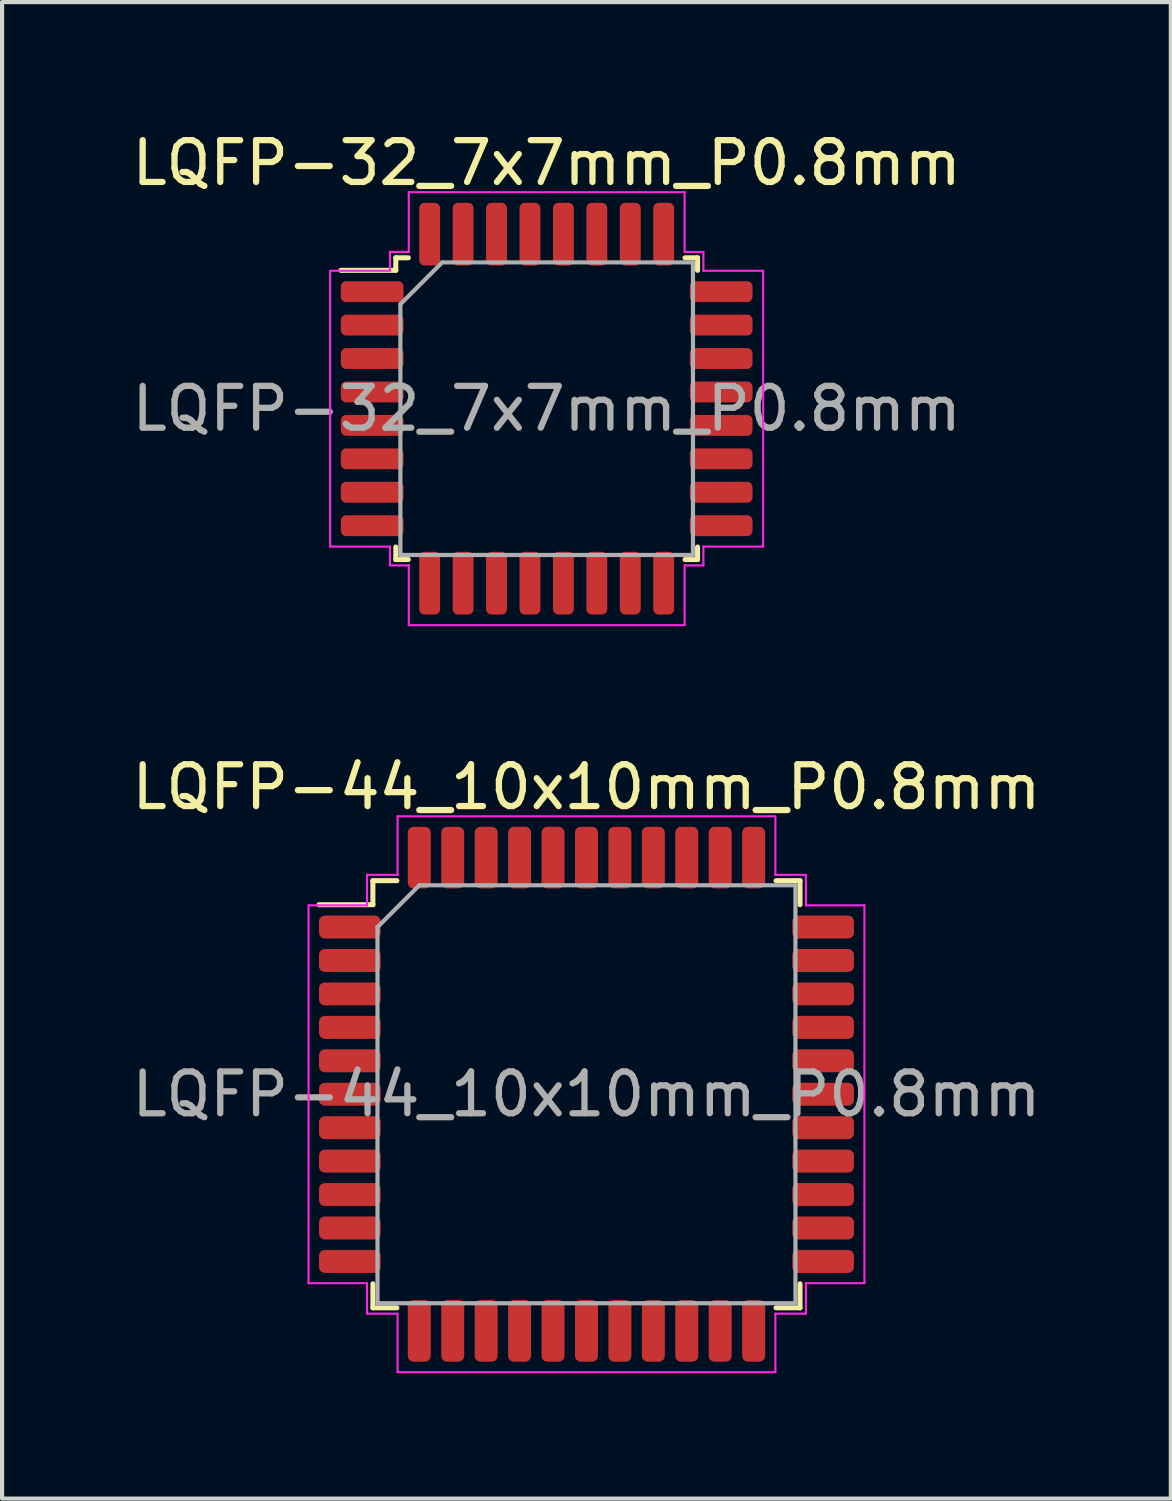
<source format=kicad_pcb>
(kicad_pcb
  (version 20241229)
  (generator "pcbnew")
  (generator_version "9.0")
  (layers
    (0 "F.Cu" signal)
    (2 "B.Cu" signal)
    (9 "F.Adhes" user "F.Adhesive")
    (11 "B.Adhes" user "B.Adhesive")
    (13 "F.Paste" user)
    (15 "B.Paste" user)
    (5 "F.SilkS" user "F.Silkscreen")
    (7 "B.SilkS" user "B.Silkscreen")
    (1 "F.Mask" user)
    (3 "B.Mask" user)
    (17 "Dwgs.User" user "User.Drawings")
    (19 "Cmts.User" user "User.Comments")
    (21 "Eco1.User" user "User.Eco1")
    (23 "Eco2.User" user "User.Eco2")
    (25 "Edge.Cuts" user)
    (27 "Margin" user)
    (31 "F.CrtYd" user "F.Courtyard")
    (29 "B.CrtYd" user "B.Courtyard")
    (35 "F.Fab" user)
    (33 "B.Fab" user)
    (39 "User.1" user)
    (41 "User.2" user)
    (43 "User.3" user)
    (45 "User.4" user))
  (footprint "LQFP-32_7x7mm_P0.8mm"
    (layer "F.Cu")
    (at 10.03 6.728)
    (property "Reference" "LQFP-32_7x7mm_P0.8mm" (at 0 -5.88 0) (layer "F.SilkS") (effects (font (size 1 1) (thickness 0.15))))
    (attr smd)
    (fp_line (start -3.61 -3.61) (end -3.61 -3.31) (stroke (width 0.12) (type solid)) (layer "F.SilkS"))
    (fp_line (start -3.61 -3.31) (end -4.925 -3.31) (stroke (width 0.12) (type solid)) (layer "F.SilkS"))
    (fp_line (start -3.61 3.61) (end -3.61 3.31) (stroke (width 0.12) (type solid)) (layer "F.SilkS"))
    (fp_line (start -3.31 -3.61) (end -3.61 -3.61) (stroke (width 0.12) (type solid)) (layer "F.SilkS"))
    (fp_line (start -3.31 3.61) (end -3.61 3.61) (stroke (width 0.12) (type solid)) (layer "F.SilkS"))
    (fp_line (start 3.31 -3.61) (end 3.61 -3.61) (stroke (width 0.12) (type solid)) (layer "F.SilkS"))
    (fp_line (start 3.31 3.61) (end 3.61 3.61) (stroke (width 0.12) (type solid)) (layer "F.SilkS"))
    (fp_line (start 3.61 -3.61) (end 3.61 -3.31) (stroke (width 0.12) (type solid)) (layer "F.SilkS"))
    (fp_line (start 3.61 3.61) (end 3.61 3.31) (stroke (width 0.12) (type solid)) (layer "F.SilkS"))
    (fp_line (start -5.18 -3.3) (end -5.18 0) (stroke (width 0.05) (type solid)) (layer "F.CrtYd"))
    (fp_line (start -5.18 3.3) (end -5.18 0) (stroke (width 0.05) (type solid)) (layer "F.CrtYd"))
    (fp_line (start -3.75 -3.75) (end -3.75 -3.3) (stroke (width 0.05) (type solid)) (layer "F.CrtYd"))
    (fp_line (start -3.75 -3.3) (end -5.18 -3.3) (stroke (width 0.05) (type solid)) (layer "F.CrtYd"))
    (fp_line (start -3.75 3.3) (end -5.18 3.3) (stroke (width 0.05) (type solid)) (layer "F.CrtYd"))
    (fp_line (start -3.75 3.75) (end -3.75 3.3) (stroke (width 0.05) (type solid)) (layer "F.CrtYd"))
    (fp_line (start -3.3 -5.18) (end -3.3 -3.75) (stroke (width 0.05) (type solid)) (layer "F.CrtYd"))
    (fp_line (start -3.3 -3.75) (end -3.75 -3.75) (stroke (width 0.05) (type solid)) (layer "F.CrtYd"))
    (fp_line (start -3.3 3.75) (end -3.75 3.75) (stroke (width 0.05) (type solid)) (layer "F.CrtYd"))
    (fp_line (start -3.3 5.18) (end -3.3 3.75) (stroke (width 0.05) (type solid)) (layer "F.CrtYd"))
    (fp_line (start 0 -5.18) (end -3.3 -5.18) (stroke (width 0.05) (type solid)) (layer "F.CrtYd"))
    (fp_line (start 0 -5.18) (end 3.3 -5.18) (stroke (width 0.05) (type solid)) (layer "F.CrtYd"))
    (fp_line (start 0 5.18) (end -3.3 5.18) (stroke (width 0.05) (type solid)) (layer "F.CrtYd"))
    (fp_line (start 0 5.18) (end 3.3 5.18) (stroke (width 0.05) (type solid)) (layer "F.CrtYd"))
    (fp_line (start 3.3 -5.18) (end 3.3 -3.75) (stroke (width 0.05) (type solid)) (layer "F.CrtYd"))
    (fp_line (start 3.3 -3.75) (end 3.75 -3.75) (stroke (width 0.05) (type solid)) (layer "F.CrtYd"))
    (fp_line (start 3.3 3.75) (end 3.75 3.75) (stroke (width 0.05) (type solid)) (layer "F.CrtYd"))
    (fp_line (start 3.3 5.18) (end 3.3 3.75) (stroke (width 0.05) (type solid)) (layer "F.CrtYd"))
    (fp_line (start 3.75 -3.75) (end 3.75 -3.3) (stroke (width 0.05) (type solid)) (layer "F.CrtYd"))
    (fp_line (start 3.75 -3.3) (end 5.18 -3.3) (stroke (width 0.05) (type solid)) (layer "F.CrtYd"))
    (fp_line (start 3.75 3.3) (end 5.18 3.3) (stroke (width 0.05) (type solid)) (layer "F.CrtYd"))
    (fp_line (start 3.75 3.75) (end 3.75 3.3) (stroke (width 0.05) (type solid)) (layer "F.CrtYd"))
    (fp_line (start 5.18 -3.3) (end 5.18 0) (stroke (width 0.05) (type solid)) (layer "F.CrtYd"))
    (fp_line (start 5.18 3.3) (end 5.18 0) (stroke (width 0.05) (type solid)) (layer "F.CrtYd"))
    (fp_line (start -3.5 -2.5) (end -2.5 -3.5) (stroke (width 0.1) (type solid)) (layer "F.Fab"))
    (fp_line (start -3.5 3.5) (end -3.5 -2.5) (stroke (width 0.1) (type solid)) (layer "F.Fab"))
    (fp_line (start -2.5 -3.5) (end 3.5 -3.5) (stroke (width 0.1) (type solid)) (layer "F.Fab"))
    (fp_line (start 3.5 -3.5) (end 3.5 3.5) (stroke (width 0.1) (type solid)) (layer "F.Fab"))
    (fp_line (start 3.5 3.5) (end -3.5 3.5) (stroke (width 0.1) (type solid)) (layer "F.Fab"))
    (fp_text user "${REFERENCE}" (at 0 0 0) (layer "F.Fab") (effects (font (size 1 1) (thickness 0.15))))
    (pad "1" smd roundrect (at -4.175 -2.8) (size 1.5 0.5) (layers "F.Cu" "F.Mask" "F.Paste") (roundrect_rratio 0.25))
    (pad "2" smd roundrect (at -4.175 -2) (size 1.5 0.5) (layers "F.Cu" "F.Mask" "F.Paste") (roundrect_rratio 0.25))
    (pad "3" smd roundrect (at -4.175 -1.2) (size 1.5 0.5) (layers "F.Cu" "F.Mask" "F.Paste") (roundrect_rratio 0.25))
    (pad "4" smd roundrect (at -4.175 -0.4) (size 1.5 0.5) (layers "F.Cu" "F.Mask" "F.Paste") (roundrect_rratio 0.25))
    (pad "5" smd roundrect (at -4.175 0.4) (size 1.5 0.5) (layers "F.Cu" "F.Mask" "F.Paste") (roundrect_rratio 0.25))
    (pad "6" smd roundrect (at -4.175 1.2) (size 1.5 0.5) (layers "F.Cu" "F.Mask" "F.Paste") (roundrect_rratio 0.25))
    (pad "7" smd roundrect (at -4.175 2) (size 1.5 0.5) (layers "F.Cu" "F.Mask" "F.Paste") (roundrect_rratio 0.25))
    (pad "8" smd roundrect (at -4.175 2.8) (size 1.5 0.5) (layers "F.Cu" "F.Mask" "F.Paste") (roundrect_rratio 0.25))
    (pad "9" smd roundrect (at -2.8 4.175) (size 0.5 1.5) (layers "F.Cu" "F.Mask" "F.Paste") (roundrect_rratio 0.25))
    (pad "10" smd roundrect (at -2 4.175) (size 0.5 1.5) (layers "F.Cu" "F.Mask" "F.Paste") (roundrect_rratio 0.25))
    (pad "11" smd roundrect (at -1.2 4.175) (size 0.5 1.5) (layers "F.Cu" "F.Mask" "F.Paste") (roundrect_rratio 0.25))
    (pad "12" smd roundrect (at -0.4 4.175) (size 0.5 1.5) (layers "F.Cu" "F.Mask" "F.Paste") (roundrect_rratio 0.25))
    (pad "13" smd roundrect (at 0.4 4.175) (size 0.5 1.5) (layers "F.Cu" "F.Mask" "F.Paste") (roundrect_rratio 0.25))
    (pad "14" smd roundrect (at 1.2 4.175) (size 0.5 1.5) (layers "F.Cu" "F.Mask" "F.Paste") (roundrect_rratio 0.25))
    (pad "15" smd roundrect (at 2 4.175) (size 0.5 1.5) (layers "F.Cu" "F.Mask" "F.Paste") (roundrect_rratio 0.25))
    (pad "16" smd roundrect (at 2.8 4.175) (size 0.5 1.5) (layers "F.Cu" "F.Mask" "F.Paste") (roundrect_rratio 0.25))
    (pad "17" smd roundrect (at 4.175 2.8) (size 1.5 0.5) (layers "F.Cu" "F.Mask" "F.Paste") (roundrect_rratio 0.25))
    (pad "18" smd roundrect (at 4.175 2) (size 1.5 0.5) (layers "F.Cu" "F.Mask" "F.Paste") (roundrect_rratio 0.25))
    (pad "19" smd roundrect (at 4.175 1.2) (size 1.5 0.5) (layers "F.Cu" "F.Mask" "F.Paste") (roundrect_rratio 0.25))
    (pad "20" smd roundrect (at 4.175 0.4) (size 1.5 0.5) (layers "F.Cu" "F.Mask" "F.Paste") (roundrect_rratio 0.25))
    (pad "21" smd roundrect (at 4.175 -0.4) (size 1.5 0.5) (layers "F.Cu" "F.Mask" "F.Paste") (roundrect_rratio 0.25))
    (pad "22" smd roundrect (at 4.175 -1.2) (size 1.5 0.5) (layers "F.Cu" "F.Mask" "F.Paste") (roundrect_rratio 0.25))
    (pad "23" smd roundrect (at 4.175 -2) (size 1.5 0.5) (layers "F.Cu" "F.Mask" "F.Paste") (roundrect_rratio 0.25))
    (pad "24" smd roundrect (at 4.175 -2.8) (size 1.5 0.5) (layers "F.Cu" "F.Mask" "F.Paste") (roundrect_rratio 0.25))
    (pad "25" smd roundrect (at 2.8 -4.175) (size 0.5 1.5) (layers "F.Cu" "F.Mask" "F.Paste") (roundrect_rratio 0.25))
    (pad "26" smd roundrect (at 2 -4.175) (size 0.5 1.5) (layers "F.Cu" "F.Mask" "F.Paste") (roundrect_rratio 0.25))
    (pad "27" smd roundrect (at 1.2 -4.175) (size 0.5 1.5) (layers "F.Cu" "F.Mask" "F.Paste") (roundrect_rratio 0.25))
    (pad "28" smd roundrect (at 0.4 -4.175) (size 0.5 1.5) (layers "F.Cu" "F.Mask" "F.Paste") (roundrect_rratio 0.25))
    (pad "29" smd roundrect (at -0.4 -4.175) (size 0.5 1.5) (layers "F.Cu" "F.Mask" "F.Paste") (roundrect_rratio 0.25))
    (pad "30" smd roundrect (at -1.2 -4.175) (size 0.5 1.5) (layers "F.Cu" "F.Mask" "F.Paste") (roundrect_rratio 0.25))
    (pad "31" smd roundrect (at -2 -4.175) (size 0.5 1.5) (layers "F.Cu" "F.Mask" "F.Paste") (roundrect_rratio 0.25))
    (pad "32" smd roundrect (at -2.8 -4.175) (size 0.5 1.5) (layers "F.Cu" "F.Mask" "F.Paste") (roundrect_rratio 0.25)))
  (footprint "LQFP-44_10x10mm_P0.8mm"
    (layer "F.Cu")
    (at 10.982 23.131)
    (property "Reference" "LQFP-44_10x10mm_P0.8mm" (at 0 -7.35 0) (layer "F.SilkS") (effects (font (size 1 1) (thickness 0.15))))
    (attr smd)
    (fp_line (start -5.11 -5.11) (end -5.11 -4.535) (stroke (width 0.12) (type solid)) (layer "F.SilkS"))
    (fp_line (start -5.11 -4.535) (end -6.4 -4.535) (stroke (width 0.12) (type solid)) (layer "F.SilkS"))
    (fp_line (start -5.11 5.11) (end -5.11 4.535) (stroke (width 0.12) (type solid)) (layer "F.SilkS"))
    (fp_line (start -4.535 -5.11) (end -5.11 -5.11) (stroke (width 0.12) (type solid)) (layer "F.SilkS"))
    (fp_line (start -4.535 5.11) (end -5.11 5.11) (stroke (width 0.12) (type solid)) (layer "F.SilkS"))
    (fp_line (start 4.535 -5.11) (end 5.11 -5.11) (stroke (width 0.12) (type solid)) (layer "F.SilkS"))
    (fp_line (start 4.535 5.11) (end 5.11 5.11) (stroke (width 0.12) (type solid)) (layer "F.SilkS"))
    (fp_line (start 5.11 -5.11) (end 5.11 -4.535) (stroke (width 0.12) (type solid)) (layer "F.SilkS"))
    (fp_line (start 5.11 5.11) (end 5.11 4.535) (stroke (width 0.12) (type solid)) (layer "F.SilkS"))
    (fp_line (start -6.65 -4.52) (end -6.65 0) (stroke (width 0.05) (type solid)) (layer "F.CrtYd"))
    (fp_line (start -6.65 4.52) (end -6.65 0) (stroke (width 0.05) (type solid)) (layer "F.CrtYd"))
    (fp_line (start -5.25 -5.25) (end -5.25 -4.52) (stroke (width 0.05) (type solid)) (layer "F.CrtYd"))
    (fp_line (start -5.25 -4.52) (end -6.65 -4.52) (stroke (width 0.05) (type solid)) (layer "F.CrtYd"))
    (fp_line (start -5.25 4.52) (end -6.65 4.52) (stroke (width 0.05) (type solid)) (layer "F.CrtYd"))
    (fp_line (start -5.25 5.25) (end -5.25 4.52) (stroke (width 0.05) (type solid)) (layer "F.CrtYd"))
    (fp_line (start -4.52 -6.65) (end -4.52 -5.25) (stroke (width 0.05) (type solid)) (layer "F.CrtYd"))
    (fp_line (start -4.52 -5.25) (end -5.25 -5.25) (stroke (width 0.05) (type solid)) (layer "F.CrtYd"))
    (fp_line (start -4.52 5.25) (end -5.25 5.25) (stroke (width 0.05) (type solid)) (layer "F.CrtYd"))
    (fp_line (start -4.52 6.65) (end -4.52 5.25) (stroke (width 0.05) (type solid)) (layer "F.CrtYd"))
    (fp_line (start 0 -6.65) (end -4.52 -6.65) (stroke (width 0.05) (type solid)) (layer "F.CrtYd"))
    (fp_line (start 0 -6.65) (end 4.52 -6.65) (stroke (width 0.05) (type solid)) (layer "F.CrtYd"))
    (fp_line (start 0 6.65) (end -4.52 6.65) (stroke (width 0.05) (type solid)) (layer "F.CrtYd"))
    (fp_line (start 0 6.65) (end 4.52 6.65) (stroke (width 0.05) (type solid)) (layer "F.CrtYd"))
    (fp_line (start 4.52 -6.65) (end 4.52 -5.25) (stroke (width 0.05) (type solid)) (layer "F.CrtYd"))
    (fp_line (start 4.52 -5.25) (end 5.25 -5.25) (stroke (width 0.05) (type solid)) (layer "F.CrtYd"))
    (fp_line (start 4.52 5.25) (end 5.25 5.25) (stroke (width 0.05) (type solid)) (layer "F.CrtYd"))
    (fp_line (start 4.52 6.65) (end 4.52 5.25) (stroke (width 0.05) (type solid)) (layer "F.CrtYd"))
    (fp_line (start 5.25 -5.25) (end 5.25 -4.52) (stroke (width 0.05) (type solid)) (layer "F.CrtYd"))
    (fp_line (start 5.25 -4.52) (end 6.65 -4.52) (stroke (width 0.05) (type solid)) (layer "F.CrtYd"))
    (fp_line (start 5.25 4.52) (end 6.65 4.52) (stroke (width 0.05) (type solid)) (layer "F.CrtYd"))
    (fp_line (start 5.25 5.25) (end 5.25 4.52) (stroke (width 0.05) (type solid)) (layer "F.CrtYd"))
    (fp_line (start 6.65 -4.52) (end 6.65 0) (stroke (width 0.05) (type solid)) (layer "F.CrtYd"))
    (fp_line (start 6.65 4.52) (end 6.65 0) (stroke (width 0.05) (type solid)) (layer "F.CrtYd"))
    (fp_line (start -5 -4) (end -4 -5) (stroke (width 0.1) (type solid)) (layer "F.Fab"))
    (fp_line (start -5 5) (end -5 -4) (stroke (width 0.1) (type solid)) (layer "F.Fab"))
    (fp_line (start -4 -5) (end 5 -5) (stroke (width 0.1) (type solid)) (layer "F.Fab"))
    (fp_line (start 5 -5) (end 5 5) (stroke (width 0.1) (type solid)) (layer "F.Fab"))
    (fp_line (start 5 5) (end -5 5) (stroke (width 0.1) (type solid)) (layer "F.Fab"))
    (fp_text user "${REFERENCE}" (at 0 0 0) (layer "F.Fab") (effects (font (size 1 1) (thickness 0.15))))
    (pad "1" smd roundrect (at -5.662 -4) (size 1.475 0.55) (layers "F.Cu" "F.Mask" "F.Paste") (roundrect_rratio 0.25))
    (pad "2" smd roundrect (at -5.662 -3.2) (size 1.475 0.55) (layers "F.Cu" "F.Mask" "F.Paste") (roundrect_rratio 0.25))
    (pad "3" smd roundrect (at -5.662 -2.4) (size 1.475 0.55) (layers "F.Cu" "F.Mask" "F.Paste") (roundrect_rratio 0.25))
    (pad "4" smd roundrect (at -5.662 -1.6) (size 1.475 0.55) (layers "F.Cu" "F.Mask" "F.Paste") (roundrect_rratio 0.25))
    (pad "5" smd roundrect (at -5.662 -0.8) (size 1.475 0.55) (layers "F.Cu" "F.Mask" "F.Paste") (roundrect_rratio 0.25))
    (pad "6" smd roundrect (at -5.662 0) (size 1.475 0.55) (layers "F.Cu" "F.Mask" "F.Paste") (roundrect_rratio 0.25))
    (pad "7" smd roundrect (at -5.662 0.8) (size 1.475 0.55) (layers "F.Cu" "F.Mask" "F.Paste") (roundrect_rratio 0.25))
    (pad "8" smd roundrect (at -5.662 1.6) (size 1.475 0.55) (layers "F.Cu" "F.Mask" "F.Paste") (roundrect_rratio 0.25))
    (pad "9" smd roundrect (at -5.662 2.4) (size 1.475 0.55) (layers "F.Cu" "F.Mask" "F.Paste") (roundrect_rratio 0.25))
    (pad "10" smd roundrect (at -5.662 3.2) (size 1.475 0.55) (layers "F.Cu" "F.Mask" "F.Paste") (roundrect_rratio 0.25))
    (pad "11" smd roundrect (at -5.662 4) (size 1.475 0.55) (layers "F.Cu" "F.Mask" "F.Paste") (roundrect_rratio 0.25))
    (pad "12" smd roundrect (at -4 5.662) (size 0.55 1.475) (layers "F.Cu" "F.Mask" "F.Paste") (roundrect_rratio 0.25))
    (pad "13" smd roundrect (at -3.2 5.662) (size 0.55 1.475) (layers "F.Cu" "F.Mask" "F.Paste") (roundrect_rratio 0.25))
    (pad "14" smd roundrect (at -2.4 5.662) (size 0.55 1.475) (layers "F.Cu" "F.Mask" "F.Paste") (roundrect_rratio 0.25))
    (pad "15" smd roundrect (at -1.6 5.662) (size 0.55 1.475) (layers "F.Cu" "F.Mask" "F.Paste") (roundrect_rratio 0.25))
    (pad "16" smd roundrect (at -0.8 5.662) (size 0.55 1.475) (layers "F.Cu" "F.Mask" "F.Paste") (roundrect_rratio 0.25))
    (pad "17" smd roundrect (at 0 5.662) (size 0.55 1.475) (layers "F.Cu" "F.Mask" "F.Paste") (roundrect_rratio 0.25))
    (pad "18" smd roundrect (at 0.8 5.662) (size 0.55 1.475) (layers "F.Cu" "F.Mask" "F.Paste") (roundrect_rratio 0.25))
    (pad "19" smd roundrect (at 1.6 5.662) (size 0.55 1.475) (layers "F.Cu" "F.Mask" "F.Paste") (roundrect_rratio 0.25))
    (pad "20" smd roundrect (at 2.4 5.662) (size 0.55 1.475) (layers "F.Cu" "F.Mask" "F.Paste") (roundrect_rratio 0.25))
    (pad "21" smd roundrect (at 3.2 5.662) (size 0.55 1.475) (layers "F.Cu" "F.Mask" "F.Paste") (roundrect_rratio 0.25))
    (pad "22" smd roundrect (at 4 5.662) (size 0.55 1.475) (layers "F.Cu" "F.Mask" "F.Paste") (roundrect_rratio 0.25))
    (pad "23" smd roundrect (at 5.662 4) (size 1.475 0.55) (layers "F.Cu" "F.Mask" "F.Paste") (roundrect_rratio 0.25))
    (pad "24" smd roundrect (at 5.662 3.2) (size 1.475 0.55) (layers "F.Cu" "F.Mask" "F.Paste") (roundrect_rratio 0.25))
    (pad "25" smd roundrect (at 5.662 2.4) (size 1.475 0.55) (layers "F.Cu" "F.Mask" "F.Paste") (roundrect_rratio 0.25))
    (pad "26" smd roundrect (at 5.662 1.6) (size 1.475 0.55) (layers "F.Cu" "F.Mask" "F.Paste") (roundrect_rratio 0.25))
    (pad "27" smd roundrect (at 5.662 0.8) (size 1.475 0.55) (layers "F.Cu" "F.Mask" "F.Paste") (roundrect_rratio 0.25))
    (pad "28" smd roundrect (at 5.662 0) (size 1.475 0.55) (layers "F.Cu" "F.Mask" "F.Paste") (roundrect_rratio 0.25))
    (pad "29" smd roundrect (at 5.662 -0.8) (size 1.475 0.55) (layers "F.Cu" "F.Mask" "F.Paste") (roundrect_rratio 0.25))
    (pad "30" smd roundrect (at 5.662 -1.6) (size 1.475 0.55) (layers "F.Cu" "F.Mask" "F.Paste") (roundrect_rratio 0.25))
    (pad "31" smd roundrect (at 5.662 -2.4) (size 1.475 0.55) (layers "F.Cu" "F.Mask" "F.Paste") (roundrect_rratio 0.25))
    (pad "32" smd roundrect (at 5.662 -3.2) (size 1.475 0.55) (layers "F.Cu" "F.Mask" "F.Paste") (roundrect_rratio 0.25))
    (pad "33" smd roundrect (at 5.662 -4) (size 1.475 0.55) (layers "F.Cu" "F.Mask" "F.Paste") (roundrect_rratio 0.25))
    (pad "34" smd roundrect (at 4 -5.662) (size 0.55 1.475) (layers "F.Cu" "F.Mask" "F.Paste") (roundrect_rratio 0.25))
    (pad "35" smd roundrect (at 3.2 -5.662) (size 0.55 1.475) (layers "F.Cu" "F.Mask" "F.Paste") (roundrect_rratio 0.25))
    (pad "36" smd roundrect (at 2.4 -5.662) (size 0.55 1.475) (layers "F.Cu" "F.Mask" "F.Paste") (roundrect_rratio 0.25))
    (pad "37" smd roundrect (at 1.6 -5.662) (size 0.55 1.475) (layers "F.Cu" "F.Mask" "F.Paste") (roundrect_rratio 0.25))
    (pad "38" smd roundrect (at 0.8 -5.662) (size 0.55 1.475) (layers "F.Cu" "F.Mask" "F.Paste") (roundrect_rratio 0.25))
    (pad "39" smd roundrect (at 0 -5.662) (size 0.55 1.475) (layers "F.Cu" "F.Mask" "F.Paste") (roundrect_rratio 0.25))
    (pad "40" smd roundrect (at -0.8 -5.662) (size 0.55 1.475) (layers "F.Cu" "F.Mask" "F.Paste") (roundrect_rratio 0.25))
    (pad "41" smd roundrect (at -1.6 -5.662) (size 0.55 1.475) (layers "F.Cu" "F.Mask" "F.Paste") (roundrect_rratio 0.25))
    (pad "42" smd roundrect (at -2.4 -5.662) (size 0.55 1.475) (layers "F.Cu" "F.Mask" "F.Paste") (roundrect_rratio 0.25))
    (pad "43" smd roundrect (at -3.2 -5.662) (size 0.55 1.475) (layers "F.Cu" "F.Mask" "F.Paste") (roundrect_rratio 0.25))
    (pad "44" smd roundrect (at -4 -5.662) (size 0.55 1.475) (layers "F.Cu" "F.Mask" "F.Paste") (roundrect_rratio 0.25)))
  (gr_rect
    (start -3 -3)
    (end 24.964 32.806)
    (stroke (width 0.1) (type default))
    (fill no)
    (layer "Edge.Cuts")))
</source>
